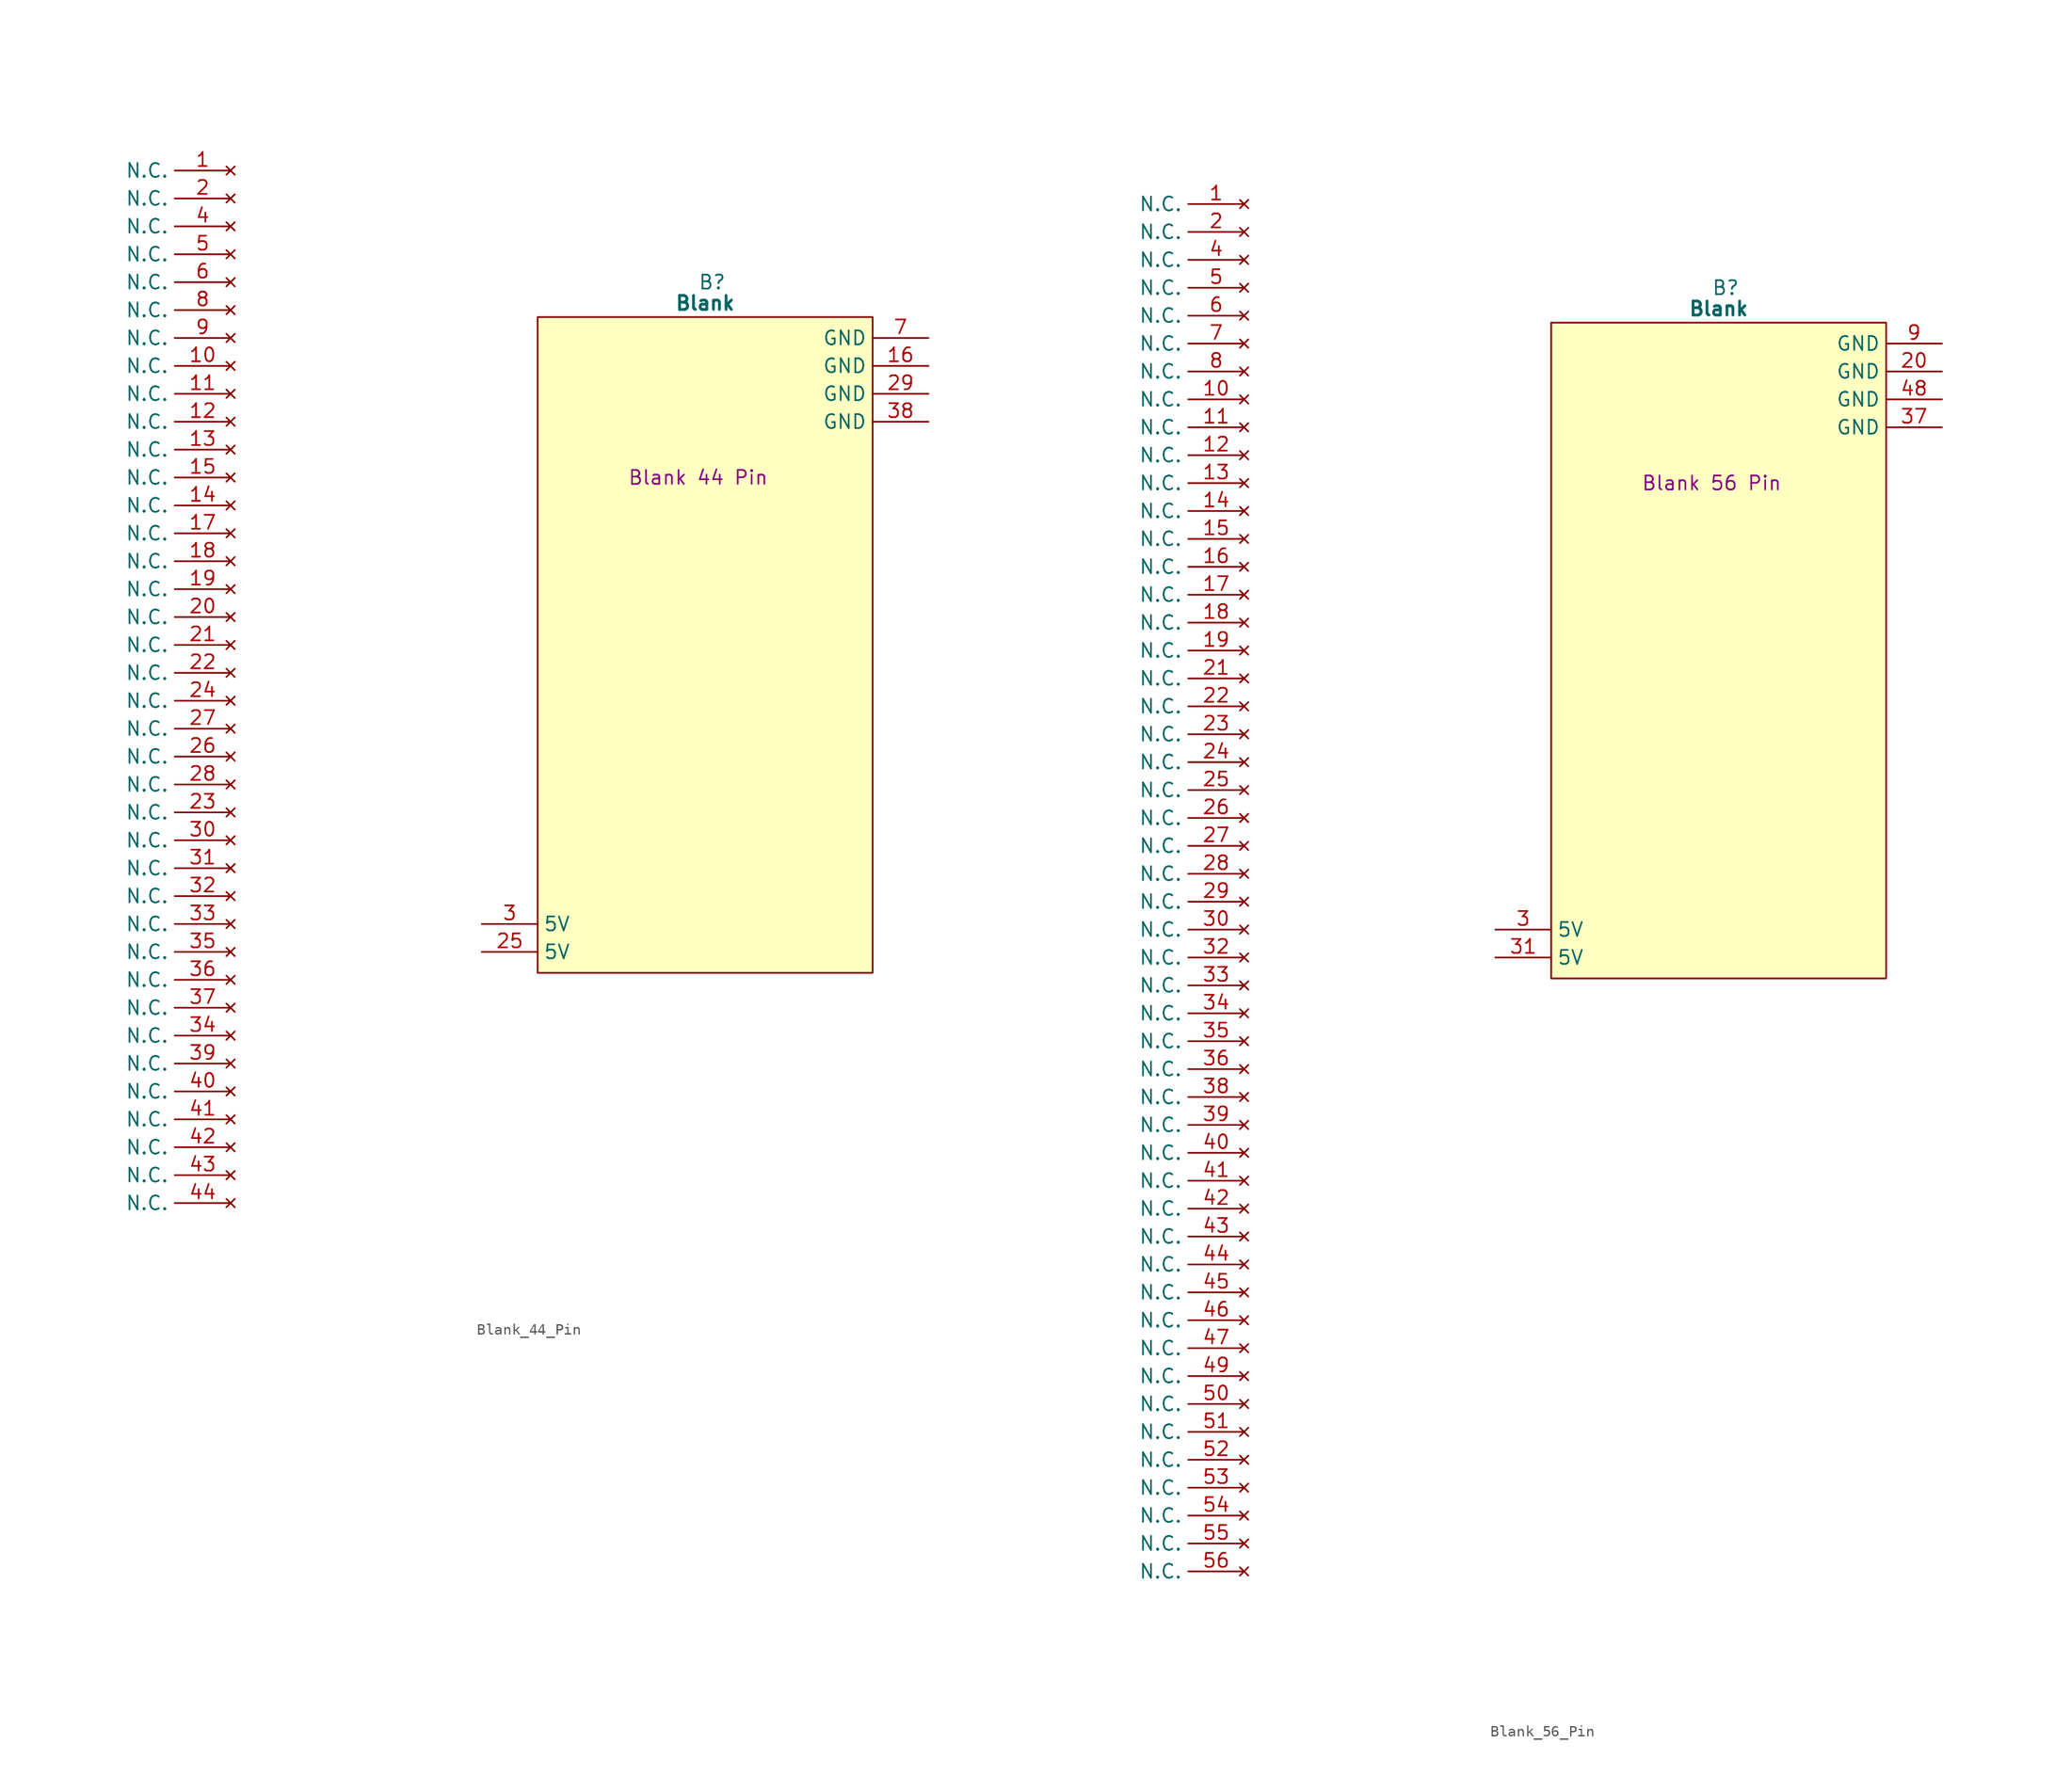
<source format=kicad_sym>
(kicad_symbol_lib
  (version 20241209)
  (generator "kicad_symbol_editor")
  (generator_version "9.0")
  (symbol "Blank_44_Pin"
    (property "Reference" "B"
      (at 15.875 5.08 0)
      (effects (font (size 1.27 1.27))))
    (property "Value" "Blank"
      (at 15.24 3.175 0)
      (effects (font (size 1.27 1.27) (bold yes))))
    (property "Description" "Blank 44 Pin"
      (at 14.605 -12.7 0)
      (effects (font (size 1.27 1.27))))
    (symbol "Blank_44_Pin_0_1"
      (polyline (pts (xy 0 1.905) (xy 30.48 1.905) (xy 30.48 -57.785) (xy 0 -57.785) (xy 0 1.905)) (stroke (width 0.152) (type default)) (fill (type background))))
    (symbol "Blank_44_Pin_1_0"
      (pin no_connect line (at -27.94 -50.8 180) (length 5.08) (name "N.C." (effects (font (size 1.27 1.27)))) (number "32" (effects (font (size 1.27 1.27)))))
      (pin no_connect line (at -27.94 -66.04 180) (length 5.08) (name "N.C." (effects (font (size 1.27 1.27)))) (number "39" (effects (font (size 1.27 1.27)))))
      (pin no_connect line (at -27.94 -68.58 180) (length 5.08) (name "N.C." (effects (font (size 1.27 1.27)))) (number "40" (effects (font (size 1.27 1.27)))))
      (pin no_connect line (at -27.94 -76.2 180) (length 5.08) (name "N.C." (effects (font (size 1.27 1.27)))) (number "43" (effects (font (size 1.27 1.27)))))
      (pin no_connect line (at -27.94 -78.74 180) (length 5.08) (name "N.C." (effects (font (size 1.27 1.27)))) (number "44" (effects (font (size 1.27 1.27))))))
    (symbol "Blank_44_Pin_1_1"
      (pin no_connect line (at -27.94 15.24 180) (length 5.08) (name "N.C." (effects (font (size 1.27 1.27)))) (number "1" (effects (font (size 1.27 1.27)))))
      (pin no_connect line (at -27.94 12.7 180) (length 5.08) (name "N.C." (effects (font (size 1.27 1.27)))) (number "2" (effects (font (size 1.27 1.27)))))
      (pin no_connect line (at -27.94 10.16 180) (length 5.08) (name "N.C." (effects (font (size 1.27 1.27)))) (number "4" (effects (font (size 1.27 1.27)))))
      (pin no_connect line (at -27.94 7.62 180) (length 5.08) (name "N.C." (effects (font (size 1.27 1.27)))) (number "5" (effects (font (size 1.27 1.27)))))
      (pin no_connect line (at -27.94 5.08 180) (length 5.08) (name "N.C." (effects (font (size 1.27 1.27)))) (number "6" (effects (font (size 1.27 1.27)))))
      (pin no_connect line (at -27.94 2.54 180) (length 5.08) (name "N.C." (effects (font (size 1.27 1.27)))) (number "8" (effects (font (size 1.27 1.27)))))
      (pin no_connect line (at -27.94 0 180) (length 5.08) (name "N.C." (effects (font (size 1.27 1.27)))) (number "9" (effects (font (size 1.27 1.27)))))
      (pin no_connect line (at -27.94 -2.54 180) (length 5.08) (name "N.C." (effects (font (size 1.27 1.27)))) (number "10" (effects (font (size 1.27 1.27)))))
      (pin no_connect line (at -27.94 -5.08 180) (length 5.08) (name "N.C." (effects (font (size 1.27 1.27)))) (number "11" (effects (font (size 1.27 1.27)))))
      (pin no_connect line (at -27.94 -7.62 180) (length 5.08) (name "N.C." (effects (font (size 1.27 1.27)))) (number "12" (effects (font (size 1.27 1.27)))))
      (pin no_connect line (at -27.94 -10.16 180) (length 5.08) (name "N.C." (effects (font (size 1.27 1.27)))) (number "13" (effects (font (size 1.27 1.27)))))
      (pin no_connect line (at -27.94 -12.7 180) (length 5.08) (name "N.C." (effects (font (size 1.27 1.27)))) (number "15" (effects (font (size 1.27 1.27)))))
      (pin no_connect line (at -27.94 -15.24 180) (length 5.08) (name "N.C." (effects (font (size 1.27 1.27)))) (number "14" (effects (font (size 1.27 1.27)))))
      (pin no_connect line (at -27.94 -17.78 180) (length 5.08) (name "N.C." (effects (font (size 1.27 1.27)))) (number "17" (effects (font (size 1.27 1.27)))))
      (pin no_connect line (at -27.94 -20.32 180) (length 5.08) (name "N.C." (effects (font (size 1.27 1.27)))) (number "18" (effects (font (size 1.27 1.27)))))
      (pin no_connect line (at -27.94 -22.86 180) (length 5.08) (name "N.C." (effects (font (size 1.27 1.27)))) (number "19" (effects (font (size 1.27 1.27)))))
      (pin no_connect line (at -27.94 -25.4 180) (length 5.08) (name "N.C." (effects (font (size 1.27 1.27)))) (number "20" (effects (font (size 1.27 1.27)))))
      (pin no_connect line (at -27.94 -27.94 180) (length 5.08) (name "N.C." (effects (font (size 1.27 1.27)))) (number "21" (effects (font (size 1.27 1.27)))))
      (pin no_connect line (at -27.94 -30.48 180) (length 5.08) (name "N.C." (effects (font (size 1.27 1.27)))) (number "22" (effects (font (size 1.27 1.27)))))
      (pin no_connect line (at -27.94 -33.02 180) (length 5.08) (name "N.C." (effects (font (size 1.27 1.27)))) (number "24" (effects (font (size 1.27 1.27)))))
      (pin no_connect line (at -27.94 -35.56 180) (length 5.08) (name "N.C." (effects (font (size 1.27 1.27)))) (number "27" (effects (font (size 1.27 1.27)))))
      (pin no_connect line (at -27.94 -38.1 180) (length 5.08) (name "N.C." (effects (font (size 1.27 1.27)))) (number "26" (effects (font (size 1.27 1.27)))))
      (pin no_connect line (at -27.94 -40.64 180) (length 5.08) (name "N.C." (effects (font (size 1.27 1.27)))) (number "28" (effects (font (size 1.27 1.27)))))
      (pin no_connect line (at -27.94 -43.18 180) (length 5.08) (name "N.C." (effects (font (size 1.27 1.27)))) (number "23" (effects (font (size 1.27 1.27)))))
      (pin no_connect line (at -27.94 -45.72 180) (length 5.08) (name "N.C." (effects (font (size 1.27 1.27)))) (number "30" (effects (font (size 1.27 1.27)))))
      (pin no_connect line (at -27.94 -48.26 180) (length 5.08) (name "N.C." (effects (font (size 1.27 1.27)))) (number "31" (effects (font (size 1.27 1.27)))))
      (pin no_connect line (at -27.94 -53.34 180) (length 5.08) (name "N.C." (effects (font (size 1.27 1.27)))) (number "33" (effects (font (size 1.27 1.27)))))
      (pin no_connect line (at -27.94 -55.88 180) (length 5.08) (name "N.C." (effects (font (size 1.27 1.27)))) (number "35" (effects (font (size 1.27 1.27)))))
      (pin no_connect line (at -27.94 -58.42 180) (length 5.08) (name "N.C." (effects (font (size 1.27 1.27)))) (number "36" (effects (font (size 1.27 1.27)))))
      (pin no_connect line (at -27.94 -60.96 180) (length 5.08) (name "N.C." (effects (font (size 1.27 1.27)))) (number "37" (effects (font (size 1.27 1.27)))))
      (pin no_connect line (at -27.94 -63.5 180) (length 5.08) (name "N.C." (effects (font (size 1.27 1.27)))) (number "34" (effects (font (size 1.27 1.27)))))
      (pin no_connect line (at -27.94 -71.12 180) (length 5.08) (name "N.C." (effects (font (size 1.27 1.27)))) (number "41" (effects (font (size 1.27 1.27)))))
      (pin no_connect line (at -27.94 -73.66 180) (length 5.08) (name "N.C." (effects (font (size 1.27 1.27)))) (number "42" (effects (font (size 1.27 1.27)))))
      (pin passive line (at -5.08 -53.34 0) (length 5.08) (name "5V" (effects (font (size 1.27 1.27)))) (number "3" (effects (font (size 1.27 1.27)))))
      (pin passive line (at -5.08 -55.88 0) (length 5.08) (name "5V" (effects (font (size 1.27 1.27)))) (number "25" (effects (font (size 1.27 1.27)))))
      (pin passive line (at 35.56 0 180) (length 5.08) (name "GND" (effects (font (size 1.27 1.27)))) (number "7" (effects (font (size 1.27 1.27)))))
      (pin passive line (at 35.56 -2.54 180) (length 5.08) (name "GND" (effects (font (size 1.27 1.27)))) (number "16" (effects (font (size 1.27 1.27)))))
      (pin passive line (at 35.56 -5.08 180) (length 5.08) (name "GND" (effects (font (size 1.27 1.27)))) (number "29" (effects (font (size 1.27 1.27)))))
      (pin passive line (at 35.56 -7.62 180) (length 5.08) (name "GND" (effects (font (size 1.27 1.27)))) (number "38" (effects (font (size 1.27 1.27)))))))
  (symbol "Blank_56_Pin"
    (property "Reference" "B"
      (at 15.875 5.08 0)
      (effects (font (size 1.27 1.27))))
    (property "Value" "Blank"
      (at 15.24 3.175 0)
      (effects (font (size 1.27 1.27) (bold yes))))
    (property "Description" "Blank 56 Pin"
      (at 14.605 -12.7 0)
      (effects (font (size 1.27 1.27))))
    (symbol "Blank_56_Pin_0_1"
      (polyline (pts (xy 0 1.905) (xy 30.48 1.905) (xy 30.48 -57.785) (xy 0 -57.785) (xy 0 1.905)) (stroke (width 0.152) (type default)) (fill (type background))))
    (symbol "Blank_56_Pin_1_0"
      (pin no_connect line (at -27.94 -55.88 180) (length 5.08) (name "N.C." (effects (font (size 1.27 1.27)))) (number "32" (effects (font (size 1.27 1.27)))))
      (pin no_connect line (at -27.94 -58.42 180) (length 5.08) (name "N.C." (effects (font (size 1.27 1.27)))) (number "33" (effects (font (size 1.27 1.27)))))
      (pin no_connect line (at -27.94 -60.96 180) (length 5.08) (name "N.C." (effects (font (size 1.27 1.27)))) (number "34" (effects (font (size 1.27 1.27)))))
      (pin no_connect line (at -27.94 -66.04 180) (length 5.08) (name "N.C." (effects (font (size 1.27 1.27)))) (number "36" (effects (font (size 1.27 1.27)))))
      (pin no_connect line (at -27.94 -68.58 180) (length 5.08) (name "N.C." (effects (font (size 1.27 1.27)))) (number "38" (effects (font (size 1.27 1.27)))))
      (pin no_connect line (at -27.94 -71.12 180) (length 5.08) (name "N.C." (effects (font (size 1.27 1.27)))) (number "39" (effects (font (size 1.27 1.27)))))
      (pin no_connect line (at -27.94 -86.36 180) (length 5.08) (name "N.C." (effects (font (size 1.27 1.27)))) (number "45" (effects (font (size 1.27 1.27)))))
      (pin no_connect line (at -27.94 -106.68 180) (length 5.08) (name "N.C." (effects (font (size 1.27 1.27)))) (number "54" (effects (font (size 1.27 1.27)))))
      (pin no_connect line (at -27.94 -109.22 180) (length 5.08) (name "N.C." (effects (font (size 1.27 1.27)))) (number "55" (effects (font (size 1.27 1.27)))))
      (pin no_connect line (at -27.94 -111.76 180) (length 5.08) (name "N.C." (effects (font (size 1.27 1.27)))) (number "56" (effects (font (size 1.27 1.27)))))
      (pin passive line (at 35.56 -7.62 180) (length 5.08) (name "GND" (effects (font (size 1.27 1.27)))) (number "37" (effects (font (size 1.27 1.27))))))
    (symbol "Blank_56_Pin_1_1"
      (pin no_connect line (at -27.94 12.7 180) (length 5.08) (name "N.C." (effects (font (size 1.27 1.27)))) (number "1" (effects (font (size 1.27 1.27)))))
      (pin no_connect line (at -27.94 10.16 180) (length 5.08) (name "N.C." (effects (font (size 1.27 1.27)))) (number "2" (effects (font (size 1.27 1.27)))))
      (pin no_connect line (at -27.94 7.62 180) (length 5.08) (name "N.C." (effects (font (size 1.27 1.27)))) (number "4" (effects (font (size 1.27 1.27)))))
      (pin no_connect line (at -27.94 5.08 180) (length 5.08) (name "N.C." (effects (font (size 1.27 1.27)))) (number "5" (effects (font (size 1.27 1.27)))))
      (pin no_connect line (at -27.94 2.54 180) (length 5.08) (name "N.C." (effects (font (size 1.27 1.27)))) (number "6" (effects (font (size 1.27 1.27)))))
      (pin no_connect line (at -27.94 0 180) (length 5.08) (name "N.C." (effects (font (size 1.27 1.27)))) (number "7" (effects (font (size 1.27 1.27)))))
      (pin no_connect line (at -27.94 -2.54 180) (length 5.08) (name "N.C." (effects (font (size 1.27 1.27)))) (number "8" (effects (font (size 1.27 1.27)))))
      (pin no_connect line (at -27.94 -5.08 180) (length 5.08) (name "N.C." (effects (font (size 1.27 1.27)))) (number "10" (effects (font (size 1.27 1.27)))))
      (pin no_connect line (at -27.94 -7.62 180) (length 5.08) (name "N.C." (effects (font (size 1.27 1.27)))) (number "11" (effects (font (size 1.27 1.27)))))
      (pin no_connect line (at -27.94 -10.16 180) (length 5.08) (name "N.C." (effects (font (size 1.27 1.27)))) (number "12" (effects (font (size 1.27 1.27)))))
      (pin no_connect line (at -27.94 -12.7 180) (length 5.08) (name "N.C." (effects (font (size 1.27 1.27)))) (number "13" (effects (font (size 1.27 1.27)))))
      (pin no_connect line (at -27.94 -15.24 180) (length 5.08) (name "N.C." (effects (font (size 1.27 1.27)))) (number "14" (effects (font (size 1.27 1.27)))))
      (pin no_connect line (at -27.94 -17.78 180) (length 5.08) (name "N.C." (effects (font (size 1.27 1.27)))) (number "15" (effects (font (size 1.27 1.27)))))
      (pin no_connect line (at -27.94 -20.32 180) (length 5.08) (name "N.C." (effects (font (size 1.27 1.27)))) (number "16" (effects (font (size 1.27 1.27)))))
      (pin no_connect line (at -27.94 -22.86 180) (length 5.08) (name "N.C." (effects (font (size 1.27 1.27)))) (number "17" (effects (font (size 1.27 1.27)))))
      (pin no_connect line (at -27.94 -25.4 180) (length 5.08) (name "N.C." (effects (font (size 1.27 1.27)))) (number "18" (effects (font (size 1.27 1.27)))))
      (pin no_connect line (at -27.94 -27.94 180) (length 5.08) (name "N.C." (effects (font (size 1.27 1.27)))) (number "19" (effects (font (size 1.27 1.27)))))
      (pin no_connect line (at -27.94 -30.48 180) (length 5.08) (name "N.C." (effects (font (size 1.27 1.27)))) (number "21" (effects (font (size 1.27 1.27)))))
      (pin no_connect line (at -27.94 -33.02 180) (length 5.08) (name "N.C." (effects (font (size 1.27 1.27)))) (number "22" (effects (font (size 1.27 1.27)))))
      (pin no_connect line (at -27.94 -35.56 180) (length 5.08) (name "N.C." (effects (font (size 1.27 1.27)))) (number "23" (effects (font (size 1.27 1.27)))))
      (pin no_connect line (at -27.94 -38.1 180) (length 5.08) (name "N.C." (effects (font (size 1.27 1.27)))) (number "24" (effects (font (size 1.27 1.27)))))
      (pin no_connect line (at -27.94 -40.64 180) (length 5.08) (name "N.C." (effects (font (size 1.27 1.27)))) (number "25" (effects (font (size 1.27 1.27)))))
      (pin no_connect line (at -27.94 -43.18 180) (length 5.08) (name "N.C." (effects (font (size 1.27 1.27)))) (number "26" (effects (font (size 1.27 1.27)))))
      (pin no_connect line (at -27.94 -45.72 180) (length 5.08) (name "N.C." (effects (font (size 1.27 1.27)))) (number "27" (effects (font (size 1.27 1.27)))))
      (pin no_connect line (at -27.94 -48.26 180) (length 5.08) (name "N.C." (effects (font (size 1.27 1.27)))) (number "28" (effects (font (size 1.27 1.27)))))
      (pin no_connect line (at -27.94 -50.8 180) (length 5.08) (name "N.C." (effects (font (size 1.27 1.27)))) (number "29" (effects (font (size 1.27 1.27)))))
      (pin no_connect line (at -27.94 -53.34 180) (length 5.08) (name "N.C." (effects (font (size 1.27 1.27)))) (number "30" (effects (font (size 1.27 1.27)))))
      (pin no_connect line (at -27.94 -63.5 180) (length 5.08) (name "N.C." (effects (font (size 1.27 1.27)))) (number "35" (effects (font (size 1.27 1.27)))))
      (pin no_connect line (at -27.94 -73.66 180) (length 5.08) (name "N.C." (effects (font (size 1.27 1.27)))) (number "40" (effects (font (size 1.27 1.27)))))
      (pin no_connect line (at -27.94 -76.2 180) (length 5.08) (name "N.C." (effects (font (size 1.27 1.27)))) (number "41" (effects (font (size 1.27 1.27)))))
      (pin no_connect line (at -27.94 -78.74 180) (length 5.08) (name "N.C." (effects (font (size 1.27 1.27)))) (number "42" (effects (font (size 1.27 1.27)))))
      (pin no_connect line (at -27.94 -81.28 180) (length 5.08) (name "N.C." (effects (font (size 1.27 1.27)))) (number "43" (effects (font (size 1.27 1.27)))))
      (pin no_connect line (at -27.94 -83.82 180) (length 5.08) (name "N.C." (effects (font (size 1.27 1.27)))) (number "44" (effects (font (size 1.27 1.27)))))
      (pin no_connect line (at -27.94 -88.9 180) (length 5.08) (name "N.C." (effects (font (size 1.27 1.27)))) (number "46" (effects (font (size 1.27 1.27)))))
      (pin no_connect line (at -27.94 -91.44 180) (length 5.08) (name "N.C." (effects (font (size 1.27 1.27)))) (number "47" (effects (font (size 1.27 1.27)))))
      (pin no_connect line (at -27.94 -93.98 180) (length 5.08) (name "N.C." (effects (font (size 1.27 1.27)))) (number "49" (effects (font (size 1.27 1.27)))))
      (pin no_connect line (at -27.94 -96.52 180) (length 5.08) (name "N.C." (effects (font (size 1.27 1.27)))) (number "50" (effects (font (size 1.27 1.27)))))
      (pin no_connect line (at -27.94 -99.06 180) (length 5.08) (name "N.C." (effects (font (size 1.27 1.27)))) (number "51" (effects (font (size 1.27 1.27)))))
      (pin no_connect line (at -27.94 -101.6 180) (length 5.08) (name "N.C." (effects (font (size 1.27 1.27)))) (number "52" (effects (font (size 1.27 1.27)))))
      (pin no_connect line (at -27.94 -104.14 180) (length 5.08) (name "N.C." (effects (font (size 1.27 1.27)))) (number "53" (effects (font (size 1.27 1.27)))))
      (pin passive line (at -5.08 -53.34 0) (length 5.08) (name "5V" (effects (font (size 1.27 1.27)))) (number "3" (effects (font (size 1.27 1.27)))))
      (pin passive line (at -5.08 -55.88 0) (length 5.08) (name "5V" (effects (font (size 1.27 1.27)))) (number "31" (effects (font (size 1.27 1.27)))))
      (pin passive line (at 35.56 0 180) (length 5.08) (name "GND" (effects (font (size 1.27 1.27)))) (number "9" (effects (font (size 1.27 1.27)))))
      (pin passive line (at 35.56 -2.54 180) (length 5.08) (name "GND" (effects (font (size 1.27 1.27)))) (number "20" (effects (font (size 1.27 1.27)))))
      (pin passive line (at 35.56 -5.08 180) (length 5.08) (name "GND" (effects (font (size 1.27 1.27)))) (number "48" (effects (font (size 1.27 1.27))))))))
</source>
